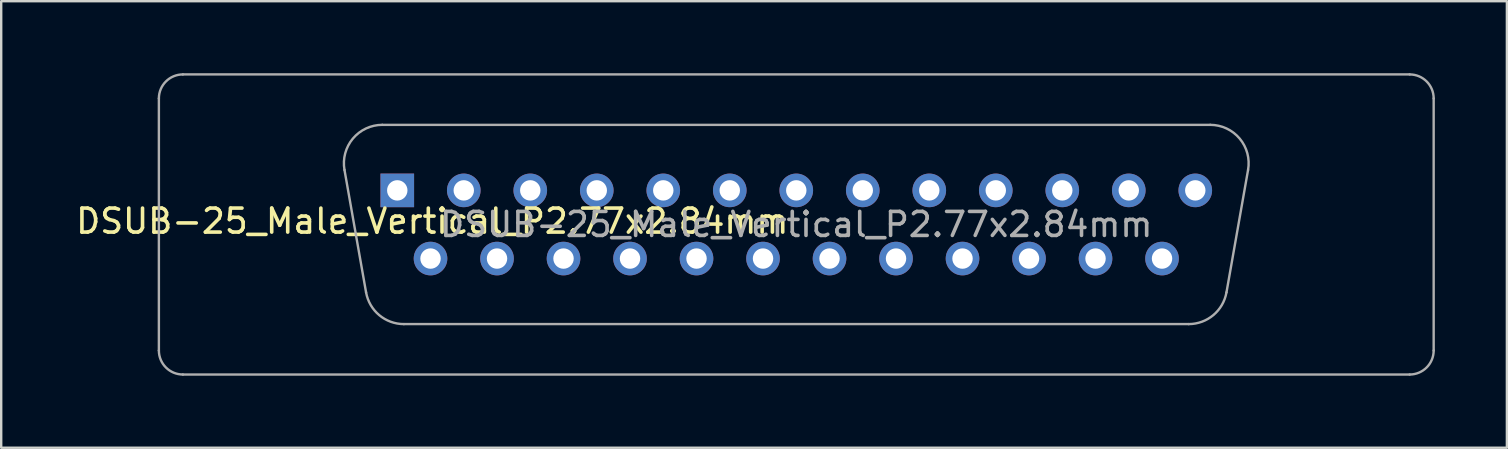
<source format=kicad_pcb>
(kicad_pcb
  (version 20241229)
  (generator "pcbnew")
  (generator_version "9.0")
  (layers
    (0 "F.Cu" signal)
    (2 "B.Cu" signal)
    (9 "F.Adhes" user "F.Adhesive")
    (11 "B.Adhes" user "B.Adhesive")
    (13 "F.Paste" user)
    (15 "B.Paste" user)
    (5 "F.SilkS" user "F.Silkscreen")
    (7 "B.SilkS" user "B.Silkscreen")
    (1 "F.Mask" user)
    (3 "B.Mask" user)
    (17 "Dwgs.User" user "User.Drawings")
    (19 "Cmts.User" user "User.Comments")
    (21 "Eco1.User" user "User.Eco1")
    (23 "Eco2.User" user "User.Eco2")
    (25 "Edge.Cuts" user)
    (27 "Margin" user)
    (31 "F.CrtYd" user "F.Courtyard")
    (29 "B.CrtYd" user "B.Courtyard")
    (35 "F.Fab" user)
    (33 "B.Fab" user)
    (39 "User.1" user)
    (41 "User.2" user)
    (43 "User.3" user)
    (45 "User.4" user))
  (footprint "DSUB-25_Male_Vertical_P2.77x2.84mm"
    (layer "F.Cu")
    (at 13.498 4.88)
    (property "Reference" "DSUB-25_Male_Vertical_P2.77x2.84mm" (at 1.46 1.283 180) (layer "F.SilkS") (effects (font (size 1 1) (thickness 0.15))))
    (attr through_hole)
    (fp_line (start -9.93 6.67) (end -9.93 -3.83) (stroke (width 0.1) (type solid)) (layer "F.Fab"))
    (fp_line (start -8.93 -4.83) (end 42.17 -4.83) (stroke (width 0.1) (type solid)) (layer "F.Fab"))
    (fp_line (start -2.199 -0.852) (end -1.3 4.248) (stroke (width 0.1) (type solid)) (layer "F.Fab"))
    (fp_line (start -0.623 -2.73) (end 33.863 -2.73) (stroke (width 0.1) (type solid)) (layer "F.Fab"))
    (fp_line (start 0.276 5.57) (end 32.964 5.57) (stroke (width 0.1) (type solid)) (layer "F.Fab"))
    (fp_line (start 35.439 -0.852) (end 34.54 4.248) (stroke (width 0.1) (type solid)) (layer "F.Fab"))
    (fp_line (start 42.17 7.67) (end -8.93 7.67) (stroke (width 0.1) (type solid)) (layer "F.Fab"))
    (fp_line (start 43.17 -3.83) (end 43.17 6.67) (stroke (width 0.1) (type solid)) (layer "F.Fab"))
    (fp_arc (start -9.93 -3.83) (mid -9.637107 -4.537107) (end -8.93 -4.83) (stroke (width 0.1) (type solid)) (layer "F.Fab"))
    (fp_arc (start -8.93 7.67) (mid -9.637107 7.377107) (end -9.93 6.67) (stroke (width 0.1) (type solid)) (layer "F.Fab"))
    (fp_arc (start -2.198886 -0.852163) (mid -1.848865 -2.15846) (end -0.623194 -2.73) (stroke (width 0.1) (type solid)) (layer "F.Fab"))
    (fp_arc (start 0.276073 5.57) (mid -0.752387 5.195671) (end -1.299619 4.247837) (stroke (width 0.1) (type solid)) (layer "F.Fab"))
    (fp_arc (start 33.863194 -2.73) (mid 35.088865 -2.15846) (end 35.438886 -0.852163) (stroke (width 0.1) (type solid)) (layer "F.Fab"))
    (fp_arc (start 34.539619 4.247837) (mid 33.992387 5.195671) (end 32.963927 5.57) (stroke (width 0.1) (type solid)) (layer "F.Fab"))
    (fp_arc (start 42.17 -4.83) (mid 42.877107 -4.537107) (end 43.17 -3.83) (stroke (width 0.1) (type solid)) (layer "F.Fab"))
    (fp_arc (start 43.17 6.67) (mid 42.877107 7.377107) (end 42.17 7.67) (stroke (width 0.1) (type solid)) (layer "F.Fab"))
    (fp_text user "${REFERENCE}" (at 16.62 1.42 180) (layer "F.Fab") (effects (font (size 1 1) (thickness 0.15))))
    (pad "1" thru_hole rect (at 0 0) (size 1.4 1.4) (drill 0.85) (layers "*.Cu" "*.Mask"))
    (pad "2" thru_hole circle (at 2.77 0) (size 1.4 1.4) (drill 0.85) (layers "*.Cu" "*.Mask"))
    (pad "3" thru_hole circle (at 5.54 0) (size 1.4 1.4) (drill 0.85) (layers "*.Cu" "*.Mask"))
    (pad "4" thru_hole circle (at 8.31 0) (size 1.4 1.4) (drill 0.85) (layers "*.Cu" "*.Mask"))
    (pad "5" thru_hole circle (at 11.08 0) (size 1.4 1.4) (drill 0.85) (layers "*.Cu" "*.Mask"))
    (pad "6" thru_hole circle (at 13.85 0) (size 1.4 1.4) (drill 0.85) (layers "*.Cu" "*.Mask"))
    (pad "7" thru_hole circle (at 16.62 0) (size 1.4 1.4) (drill 0.85) (layers "*.Cu" "*.Mask"))
    (pad "8" thru_hole circle (at 19.39 0) (size 1.4 1.4) (drill 0.85) (layers "*.Cu" "*.Mask"))
    (pad "9" thru_hole circle (at 22.16 0) (size 1.4 1.4) (drill 0.85) (layers "*.Cu" "*.Mask"))
    (pad "10" thru_hole circle (at 24.93 0) (size 1.4 1.4) (drill 0.85) (layers "*.Cu" "*.Mask"))
    (pad "11" thru_hole circle (at 27.7 0) (size 1.4 1.4) (drill 0.85) (layers "*.Cu" "*.Mask"))
    (pad "12" thru_hole circle (at 30.47 0) (size 1.4 1.4) (drill 0.85) (layers "*.Cu" "*.Mask"))
    (pad "13" thru_hole circle (at 33.24 0) (size 1.4 1.4) (drill 0.85) (layers "*.Cu" "*.Mask"))
    (pad "14" thru_hole circle (at 1.385 2.84) (size 1.4 1.4) (drill 0.85) (layers "*.Cu" "*.Mask"))
    (pad "15" thru_hole circle (at 4.155 2.84) (size 1.4 1.4) (drill 0.85) (layers "*.Cu" "*.Mask"))
    (pad "16" thru_hole circle (at 6.925 2.84) (size 1.4 1.4) (drill 0.85) (layers "*.Cu" "*.Mask"))
    (pad "17" thru_hole circle (at 9.695 2.84) (size 1.4 1.4) (drill 0.85) (layers "*.Cu" "*.Mask"))
    (pad "18" thru_hole circle (at 12.465 2.84) (size 1.4 1.4) (drill 0.85) (layers "*.Cu" "*.Mask"))
    (pad "19" thru_hole circle (at 15.235 2.84) (size 1.4 1.4) (drill 0.85) (layers "*.Cu" "*.Mask"))
    (pad "20" thru_hole circle (at 18.005 2.84) (size 1.4 1.4) (drill 0.85) (layers "*.Cu" "*.Mask"))
    (pad "21" thru_hole circle (at 20.775 2.84) (size 1.4 1.4) (drill 0.85) (layers "*.Cu" "*.Mask"))
    (pad "22" thru_hole circle (at 23.545 2.84) (size 1.4 1.4) (drill 0.85) (layers "*.Cu" "*.Mask"))
    (pad "23" thru_hole circle (at 26.315 2.84) (size 1.4 1.4) (drill 0.85) (layers "*.Cu" "*.Mask"))
    (pad "24" thru_hole circle (at 29.085 2.84) (size 1.4 1.4) (drill 0.85) (layers "*.Cu" "*.Mask"))
    (pad "25" thru_hole circle (at 31.855 2.84) (size 1.4 1.4) (drill 0.85) (layers "*.Cu" "*.Mask")))
  (gr_rect
    (start -3 -3)
    (end 59.718 15.6)
    (stroke (width 0.1) (type default))
    (fill no)
    (layer "Edge.Cuts")))
</source>
